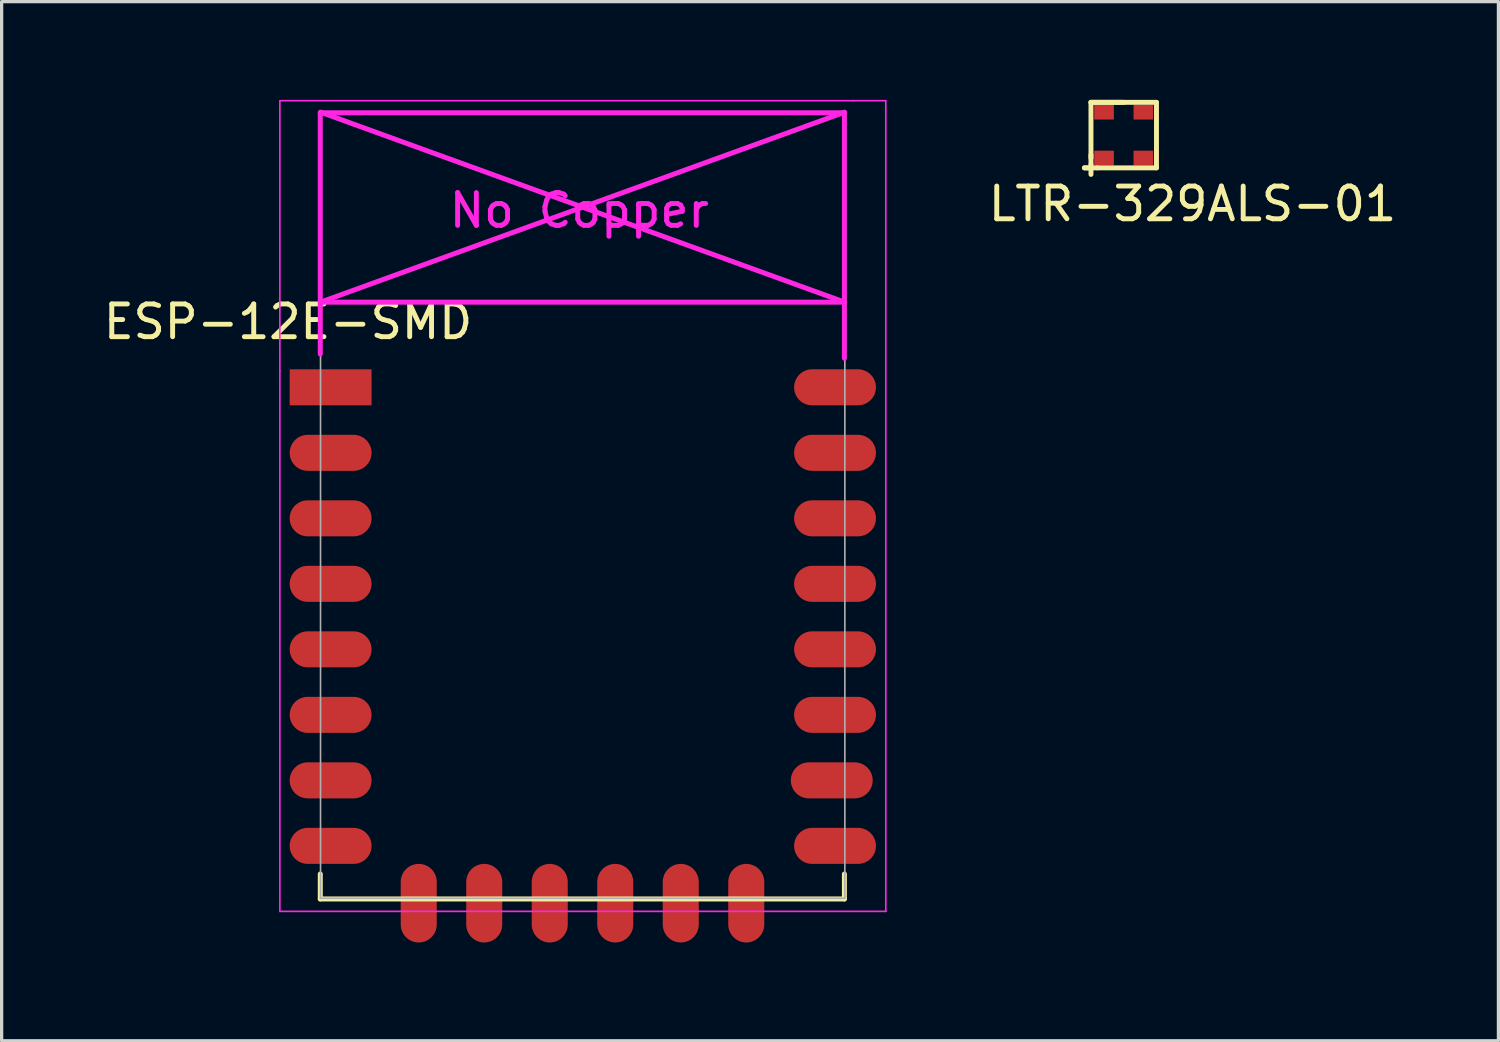
<source format=kicad_pcb>
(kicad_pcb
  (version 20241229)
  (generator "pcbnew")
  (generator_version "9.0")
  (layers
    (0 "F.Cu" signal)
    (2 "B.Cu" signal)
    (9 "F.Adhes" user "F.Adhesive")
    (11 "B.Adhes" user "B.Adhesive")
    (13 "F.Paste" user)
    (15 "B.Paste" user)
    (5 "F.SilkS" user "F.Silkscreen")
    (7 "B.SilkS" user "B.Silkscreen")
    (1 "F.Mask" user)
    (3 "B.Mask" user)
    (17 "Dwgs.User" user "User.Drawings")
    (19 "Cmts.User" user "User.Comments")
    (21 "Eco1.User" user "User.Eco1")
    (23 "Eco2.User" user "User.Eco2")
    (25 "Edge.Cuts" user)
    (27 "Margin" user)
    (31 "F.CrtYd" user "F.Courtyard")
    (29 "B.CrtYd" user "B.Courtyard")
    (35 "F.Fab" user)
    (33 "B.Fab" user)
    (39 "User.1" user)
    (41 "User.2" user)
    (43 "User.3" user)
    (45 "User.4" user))
  (footprint "LTR-329ALS-01"
    (layer "F.Cu")
    (at 31.258 1.075)
    (property "Reference" "LTR-329ALS-01" (at 2.1 2.1 0) (layer "F.SilkS") (effects (font (size 1 1) (thickness 0.15))))
    (attr through_hole)
    (fp_line (start -1.2 1) (end -1 1) (stroke (width 0.15) (type solid)) (layer "F.SilkS"))
    (fp_line (start -1 -1) (end -1 0.7) (stroke (width 0.15) (type solid)) (layer "F.SilkS"))
    (fp_line (start -1 -1) (end 1 -1) (stroke (width 0.15) (type solid)) (layer "F.SilkS"))
    (fp_line (start -1 0.6) (end -1 0.9) (stroke (width 0.15) (type solid)) (layer "F.SilkS"))
    (fp_line (start -1 0.9) (end -1 1) (stroke (width 0.15) (type solid)) (layer "F.SilkS"))
    (fp_line (start -1 1) (end -1.2 1) (stroke (width 0.15) (type solid)) (layer "F.SilkS"))
    (fp_line (start -1 1) (end -1 1.2) (stroke (width 0.15) (type solid)) (layer "F.SilkS"))
    (fp_line (start -1 1) (end -0.8 1) (stroke (width 0.15) (type solid)) (layer "F.SilkS"))
    (fp_line (start -0.8 1) (end 1 1) (stroke (width 0.15) (type solid)) (layer "F.SilkS"))
    (fp_line (start 0 -1) (end -1 -1) (stroke (width 0.15) (type solid)) (layer "F.SilkS"))
    (fp_line (start 1 -1) (end 1 1) (stroke (width 0.15) (type solid)) (layer "F.SilkS"))
    (pad "1" smd rect (at -0.6 0.7) (size 0.6 0.45) (layers "F.Cu" "F.Mask" "F.Paste"))
    (pad "2" smd rect (at 0.6 0.7) (size 0.6 0.45) (layers "F.Cu" "F.Mask" "F.Paste"))
    (pad "3" smd rect (at 0.6 -0.7) (size 0.6 0.45) (layers "F.Cu" "F.Mask" "F.Paste"))
    (pad "4" smd rect (at -0.6 -0.7) (size 0.6 0.45) (layers "F.Cu" "F.Mask" "F.Paste")))
  (footprint "ESP-12E-SMD"
    (layer "F.Cu")
    (at 7.744 8.775)
    (property "Reference" "ESP-12E-SMD" (at -2 -2 0) (layer "F.SilkS") (effects (font (size 1 1) (thickness 0.15))))
    (attr through_hole)
    (fp_line (start -1.016 14.859) (end -1.016 15.621) (stroke (width 0.152) (type solid)) (layer "F.SilkS"))
    (fp_line (start -1.016 15.621) (end 14.986 15.621) (stroke (width 0.152) (type solid)) (layer "F.SilkS"))
    (fp_line (start 14.986 15.621) (end 14.986 14.859) (stroke (width 0.152) (type solid)) (layer "F.SilkS"))
    (fp_line (start -2.25 -8.75) (end 15.25 -8.75) (stroke (width 0.05) (type solid)) (layer "F.CrtYd"))
    (fp_line (start -2.25 -0.5) (end -2.25 -8.75) (stroke (width 0.05) (type solid)) (layer "F.CrtYd"))
    (fp_line (start -2.25 16) (end -2.25 -0.5) (stroke (width 0.05) (type solid)) (layer "F.CrtYd"))
    (fp_line (start -1.016 -8.382) (end -1.016 -1.016) (stroke (width 0.152) (type solid)) (layer "F.CrtYd"))
    (fp_line (start -1.016 -8.382) (end 14.986 -8.382) (stroke (width 0.152) (type solid)) (layer "F.CrtYd"))
    (fp_line (start -1.008 -8.4) (end 14.992 -2.6) (stroke (width 0.152) (type solid)) (layer "F.CrtYd"))
    (fp_line (start -1.008 -2.6) (end 14.992 -2.6) (stroke (width 0.152) (type solid)) (layer "F.CrtYd"))
    (fp_line (start 14.986 -8.382) (end 14.986 -0.889) (stroke (width 0.152) (type solid)) (layer "F.CrtYd"))
    (fp_line (start 14.992 -8.4) (end -1.008 -2.6) (stroke (width 0.152) (type solid)) (layer "F.CrtYd"))
    (fp_line (start 15.25 -8.75) (end 16.25 -8.75) (stroke (width 0.05) (type solid)) (layer "F.CrtYd"))
    (fp_line (start 16.25 -8.75) (end 16.25 16) (stroke (width 0.05) (type solid)) (layer "F.CrtYd"))
    (fp_line (start 16.25 16) (end -2.25 16) (stroke (width 0.05) (type solid)) (layer "F.CrtYd"))
    (fp_line (start -1.008 -8.4) (end 14.992 -8.4) (stroke (width 0.05) (type solid)) (layer "F.Fab"))
    (fp_line (start -1.008 15.6) (end -1.008 -8.4) (stroke (width 0.05) (type solid)) (layer "F.Fab"))
    (fp_line (start 14.992 15.6) (end -1.008 15.6) (stroke (width 0.05) (type solid)) (layer "F.Fab"))
    (fp_line (start 15 -8.4) (end 15 15.6) (stroke (width 0.05) (type solid)) (layer "F.Fab"))
    (fp_text user "No Copper" (at 6.892 -5.4 0) (layer "F.CrtYd") (effects (font (size 1 1) (thickness 0.15))))
    (pad "1" smd rect (at 0 0) (size 2.5 1.1) (drill (offset -0.7 0)) (layers "F.Cu" "F.Mask" "F.Paste"))
    (pad "2" smd oval (at 0 2) (size 2.5 1.1) (drill (offset -0.7 0)) (layers "F.Cu" "F.Mask" "F.Paste"))
    (pad "3" smd oval (at 0 4) (size 2.5 1.1) (drill (offset -0.7 0)) (layers "F.Cu" "F.Mask" "F.Paste"))
    (pad "4" smd oval (at 0 6) (size 2.5 1.1) (drill (offset -0.7 0)) (layers "F.Cu" "F.Mask" "F.Paste"))
    (pad "5" smd oval (at 0 8) (size 2.5 1.1) (drill (offset -0.7 0)) (layers "F.Cu" "F.Mask" "F.Paste"))
    (pad "6" smd oval (at 0 10) (size 2.5 1.1) (drill (offset -0.7 0)) (layers "F.Cu" "F.Mask" "F.Paste"))
    (pad "7" smd oval (at 0 12) (size 2.5 1.1) (drill (offset -0.7 0)) (layers "F.Cu" "F.Mask" "F.Paste"))
    (pad "8" smd oval (at 0 14) (size 2.5 1.1) (drill (offset -0.7 0)) (layers "F.Cu" "F.Mask" "F.Paste"))
    (pad "9" smd oval (at 14 14) (size 2.5 1.1) (drill (offset 0.7 0)) (layers "F.Cu" "F.Mask" "F.Paste"))
    (pad "10" smd oval (at 14 12) (size 2.5 1.1) (drill (offset 0.6 0)) (layers "F.Cu" "F.Mask" "F.Paste"))
    (pad "11" smd oval (at 14 10) (size 2.5 1.1) (drill (offset 0.7 0)) (layers "F.Cu" "F.Mask" "F.Paste"))
    (pad "12" smd oval (at 14 8) (size 2.5 1.1) (drill (offset 0.7 0)) (layers "F.Cu" "F.Mask" "F.Paste"))
    (pad "13" smd oval (at 14 6) (size 2.5 1.1) (drill (offset 0.7 0)) (layers "F.Cu" "F.Mask" "F.Paste"))
    (pad "14" smd oval (at 14 4) (size 2.5 1.1) (drill (offset 0.7 0)) (layers "F.Cu" "F.Mask" "F.Paste"))
    (pad "15" smd oval (at 14 2) (size 2.5 1.1) (drill (offset 0.7 0)) (layers "F.Cu" "F.Mask" "F.Paste"))
    (pad "16" smd oval (at 14 0) (size 2.5 1.1) (drill (offset 0.7 0)) (layers "F.Cu" "F.Mask" "F.Paste"))
    (pad "17" smd oval (at 1.99 15.75 90) (size 2.4 1.1) (layers "F.Cu" "F.Mask" "F.Paste"))
    (pad "18" smd oval (at 3.99 15.75 90) (size 2.4 1.1) (layers "F.Cu" "F.Mask" "F.Paste"))
    (pad "19" smd oval (at 5.99 15.75 90) (size 2.4 1.1) (layers "F.Cu" "F.Mask" "F.Paste"))
    (pad "20" smd oval (at 7.99 15.75 90) (size 2.4 1.1) (layers "F.Cu" "F.Mask" "F.Paste"))
    (pad "21" smd oval (at 9.99 15.75 90) (size 2.4 1.1) (layers "F.Cu" "F.Mask" "F.Paste"))
    (pad "22" smd oval (at 11.99 15.75 90) (size 2.4 1.1) (layers "F.Cu" "F.Mask" "F.Paste")))
  (gr_rect
    (start -3 -3)
    (end 42.698 28.725)
    (stroke (width 0.1) (type default))
    (fill no)
    (layer "Edge.Cuts")))
</source>
